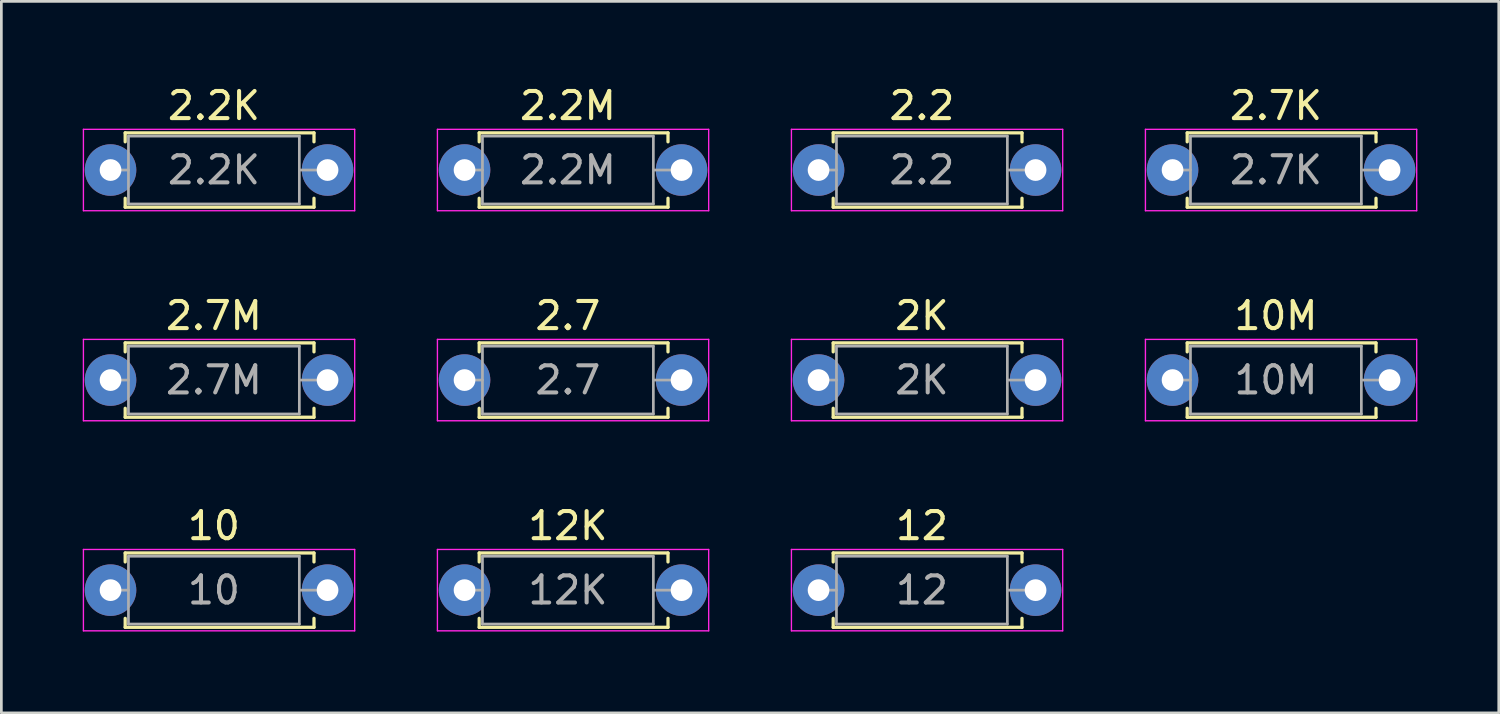
<source format=kicad_pcb>
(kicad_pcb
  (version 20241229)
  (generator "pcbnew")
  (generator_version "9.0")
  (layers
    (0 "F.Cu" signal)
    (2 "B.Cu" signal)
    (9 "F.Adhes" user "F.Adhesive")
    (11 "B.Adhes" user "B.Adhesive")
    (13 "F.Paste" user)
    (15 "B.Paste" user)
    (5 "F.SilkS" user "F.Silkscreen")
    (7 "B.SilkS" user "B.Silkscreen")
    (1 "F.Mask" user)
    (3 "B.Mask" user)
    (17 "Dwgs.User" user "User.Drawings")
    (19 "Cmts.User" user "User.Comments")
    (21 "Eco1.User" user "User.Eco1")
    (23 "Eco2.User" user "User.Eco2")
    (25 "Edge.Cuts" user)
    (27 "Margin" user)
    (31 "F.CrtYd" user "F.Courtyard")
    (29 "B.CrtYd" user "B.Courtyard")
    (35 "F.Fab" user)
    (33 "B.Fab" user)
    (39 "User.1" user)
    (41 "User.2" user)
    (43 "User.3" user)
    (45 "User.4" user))
  (footprint "2.7"
    (layer "F.Cu")
    (at 14.075 10.961)
    (property "Reference" "2.7" (at 3.81 -2.37 0) (layer "F.SilkS") (effects (font (size 1 1) (thickness 0.15))))
    (attr through_hole)
    (fp_line (start 0.54 -1.37) (end 7.5 -1.37) (stroke (width 0.12) (type solid)) (layer "F.SilkS"))
    (fp_line (start 0.54 -1.04) (end 0.54 -1.37) (stroke (width 0.12) (type solid)) (layer "F.SilkS"))
    (fp_line (start 0.54 1.04) (end 0.54 1.37) (stroke (width 0.12) (type solid)) (layer "F.SilkS"))
    (fp_line (start 0.54 1.37) (end 7.5 1.37) (stroke (width 0.12) (type solid)) (layer "F.SilkS"))
    (fp_line (start 7.5 -1.37) (end 7.5 -1.04) (stroke (width 0.12) (type solid)) (layer "F.SilkS"))
    (fp_line (start 7.5 1.37) (end 7.5 1.04) (stroke (width 0.12) (type solid)) (layer "F.SilkS"))
    (fp_line (start -1 -1.5) (end -1 1.5) (stroke (width 0.05) (type solid)) (layer "F.CrtYd"))
    (fp_line (start -1 1.5) (end 9 1.5) (stroke (width 0.05) (type solid)) (layer "F.CrtYd"))
    (fp_line (start 9 -1.5) (end -1 -1.5) (stroke (width 0.05) (type solid)) (layer "F.CrtYd"))
    (fp_line (start 9 1.5) (end 9 -1.5) (stroke (width 0.05) (type solid)) (layer "F.CrtYd"))
    (fp_line (start 0 0) (end 0.66 0) (stroke (width 0.1) (type solid)) (layer "F.Fab"))
    (fp_line (start 0.66 -1.25) (end 0.66 1.25) (stroke (width 0.1) (type solid)) (layer "F.Fab"))
    (fp_line (start 0.66 1.25) (end 6.96 1.25) (stroke (width 0.1) (type solid)) (layer "F.Fab"))
    (fp_line (start 6.96 -1.25) (end 0.66 -1.25) (stroke (width 0.1) (type solid)) (layer "F.Fab"))
    (fp_line (start 6.96 1.25) (end 6.96 -1.25) (stroke (width 0.1) (type solid)) (layer "F.Fab"))
    (fp_line (start 7.62 0) (end 6.96 0) (stroke (width 0.1) (type solid)) (layer "F.Fab"))
    (fp_text user "${REFERENCE}" (at 3.81 0 0) (layer "F.Fab") (effects (font (size 1 1) (thickness 0.15))))
    (pad "1" thru_hole circle (at 0 0) (size 1.9 1.9) (drill 0.8) (layers "*.Cu" "*.Mask"))
    (pad "2" thru_hole oval (at 8 0) (size 1.9 1.9) (drill 0.8) (layers "*.Cu" "*.Mask")))
  (footprint "2.2K"
    (layer "F.Cu")
    (at 1.025 3.218)
    (property "Reference" "2.2K" (at 3.81 -2.37 0) (layer "F.SilkS") (effects (font (size 1 1) (thickness 0.15))))
    (attr through_hole)
    (fp_line (start 0.54 -1.37) (end 7.5 -1.37) (stroke (width 0.12) (type solid)) (layer "F.SilkS"))
    (fp_line (start 0.54 -1.04) (end 0.54 -1.37) (stroke (width 0.12) (type solid)) (layer "F.SilkS"))
    (fp_line (start 0.54 1.04) (end 0.54 1.37) (stroke (width 0.12) (type solid)) (layer "F.SilkS"))
    (fp_line (start 0.54 1.37) (end 7.5 1.37) (stroke (width 0.12) (type solid)) (layer "F.SilkS"))
    (fp_line (start 7.5 -1.37) (end 7.5 -1.04) (stroke (width 0.12) (type solid)) (layer "F.SilkS"))
    (fp_line (start 7.5 1.37) (end 7.5 1.04) (stroke (width 0.12) (type solid)) (layer "F.SilkS"))
    (fp_line (start -1 -1.5) (end -1 1.5) (stroke (width 0.05) (type solid)) (layer "F.CrtYd"))
    (fp_line (start -1 1.5) (end 9 1.5) (stroke (width 0.05) (type solid)) (layer "F.CrtYd"))
    (fp_line (start 9 -1.5) (end -1 -1.5) (stroke (width 0.05) (type solid)) (layer "F.CrtYd"))
    (fp_line (start 9 1.5) (end 9 -1.5) (stroke (width 0.05) (type solid)) (layer "F.CrtYd"))
    (fp_line (start 0 0) (end 0.66 0) (stroke (width 0.1) (type solid)) (layer "F.Fab"))
    (fp_line (start 0.66 -1.25) (end 0.66 1.25) (stroke (width 0.1) (type solid)) (layer "F.Fab"))
    (fp_line (start 0.66 1.25) (end 6.96 1.25) (stroke (width 0.1) (type solid)) (layer "F.Fab"))
    (fp_line (start 6.96 -1.25) (end 0.66 -1.25) (stroke (width 0.1) (type solid)) (layer "F.Fab"))
    (fp_line (start 6.96 1.25) (end 6.96 -1.25) (stroke (width 0.1) (type solid)) (layer "F.Fab"))
    (fp_line (start 7.62 0) (end 6.96 0) (stroke (width 0.1) (type solid)) (layer "F.Fab"))
    (fp_text user "${REFERENCE}" (at 3.81 0 0) (layer "F.Fab") (effects (font (size 1 1) (thickness 0.15))))
    (pad "1" thru_hole circle (at 0 0) (size 1.9 1.9) (drill 0.8) (layers "*.Cu" "*.Mask"))
    (pad "2" thru_hole oval (at 8 0) (size 1.9 1.9) (drill 0.8) (layers "*.Cu" "*.Mask")))
  (footprint "12K"
    (layer "F.Cu")
    (at 14.075 18.705)
    (property "Reference" "12K" (at 3.81 -2.37 0) (layer "F.SilkS") (effects (font (size 1 1) (thickness 0.15))))
    (attr through_hole)
    (fp_line (start 0.54 -1.37) (end 7.5 -1.37) (stroke (width 0.12) (type solid)) (layer "F.SilkS"))
    (fp_line (start 0.54 -1.04) (end 0.54 -1.37) (stroke (width 0.12) (type solid)) (layer "F.SilkS"))
    (fp_line (start 0.54 1.04) (end 0.54 1.37) (stroke (width 0.12) (type solid)) (layer "F.SilkS"))
    (fp_line (start 0.54 1.37) (end 7.5 1.37) (stroke (width 0.12) (type solid)) (layer "F.SilkS"))
    (fp_line (start 7.5 -1.37) (end 7.5 -1.04) (stroke (width 0.12) (type solid)) (layer "F.SilkS"))
    (fp_line (start 7.5 1.37) (end 7.5 1.04) (stroke (width 0.12) (type solid)) (layer "F.SilkS"))
    (fp_line (start -1 -1.5) (end -1 1.5) (stroke (width 0.05) (type solid)) (layer "F.CrtYd"))
    (fp_line (start -1 1.5) (end 9 1.5) (stroke (width 0.05) (type solid)) (layer "F.CrtYd"))
    (fp_line (start 9 -1.5) (end -1 -1.5) (stroke (width 0.05) (type solid)) (layer "F.CrtYd"))
    (fp_line (start 9 1.5) (end 9 -1.5) (stroke (width 0.05) (type solid)) (layer "F.CrtYd"))
    (fp_line (start 0 0) (end 0.66 0) (stroke (width 0.1) (type solid)) (layer "F.Fab"))
    (fp_line (start 0.66 -1.25) (end 0.66 1.25) (stroke (width 0.1) (type solid)) (layer "F.Fab"))
    (fp_line (start 0.66 1.25) (end 6.96 1.25) (stroke (width 0.1) (type solid)) (layer "F.Fab"))
    (fp_line (start 6.96 -1.25) (end 0.66 -1.25) (stroke (width 0.1) (type solid)) (layer "F.Fab"))
    (fp_line (start 6.96 1.25) (end 6.96 -1.25) (stroke (width 0.1) (type solid)) (layer "F.Fab"))
    (fp_line (start 7.62 0) (end 6.96 0) (stroke (width 0.1) (type solid)) (layer "F.Fab"))
    (fp_text user "${REFERENCE}" (at 3.81 0 0) (layer "F.Fab") (effects (font (size 1 1) (thickness 0.15))))
    (pad "1" thru_hole circle (at 0 0) (size 1.9 1.9) (drill 0.8) (layers "*.Cu" "*.Mask"))
    (pad "2" thru_hole oval (at 8 0) (size 1.9 1.9) (drill 0.8) (layers "*.Cu" "*.Mask")))
  (footprint "10"
    (layer "F.Cu")
    (at 1.025 18.705)
    (property "Reference" "10" (at 3.81 -2.37 0) (layer "F.SilkS") (effects (font (size 1 1) (thickness 0.15))))
    (attr through_hole)
    (fp_line (start 0.54 -1.37) (end 7.5 -1.37) (stroke (width 0.12) (type solid)) (layer "F.SilkS"))
    (fp_line (start 0.54 -1.04) (end 0.54 -1.37) (stroke (width 0.12) (type solid)) (layer "F.SilkS"))
    (fp_line (start 0.54 1.04) (end 0.54 1.37) (stroke (width 0.12) (type solid)) (layer "F.SilkS"))
    (fp_line (start 0.54 1.37) (end 7.5 1.37) (stroke (width 0.12) (type solid)) (layer "F.SilkS"))
    (fp_line (start 7.5 -1.37) (end 7.5 -1.04) (stroke (width 0.12) (type solid)) (layer "F.SilkS"))
    (fp_line (start 7.5 1.37) (end 7.5 1.04) (stroke (width 0.12) (type solid)) (layer "F.SilkS"))
    (fp_line (start -1 -1.5) (end -1 1.5) (stroke (width 0.05) (type solid)) (layer "F.CrtYd"))
    (fp_line (start -1 1.5) (end 9 1.5) (stroke (width 0.05) (type solid)) (layer "F.CrtYd"))
    (fp_line (start 9 -1.5) (end -1 -1.5) (stroke (width 0.05) (type solid)) (layer "F.CrtYd"))
    (fp_line (start 9 1.5) (end 9 -1.5) (stroke (width 0.05) (type solid)) (layer "F.CrtYd"))
    (fp_line (start 0 0) (end 0.66 0) (stroke (width 0.1) (type solid)) (layer "F.Fab"))
    (fp_line (start 0.66 -1.25) (end 0.66 1.25) (stroke (width 0.1) (type solid)) (layer "F.Fab"))
    (fp_line (start 0.66 1.25) (end 6.96 1.25) (stroke (width 0.1) (type solid)) (layer "F.Fab"))
    (fp_line (start 6.96 -1.25) (end 0.66 -1.25) (stroke (width 0.1) (type solid)) (layer "F.Fab"))
    (fp_line (start 6.96 1.25) (end 6.96 -1.25) (stroke (width 0.1) (type solid)) (layer "F.Fab"))
    (fp_line (start 7.62 0) (end 6.96 0) (stroke (width 0.1) (type solid)) (layer "F.Fab"))
    (fp_text user "${REFERENCE}" (at 3.81 0 0) (layer "F.Fab") (effects (font (size 1 1) (thickness 0.15))))
    (pad "1" thru_hole circle (at 0 0) (size 1.9 1.9) (drill 0.8) (layers "*.Cu" "*.Mask"))
    (pad "2" thru_hole oval (at 8 0) (size 1.9 1.9) (drill 0.8) (layers "*.Cu" "*.Mask")))
  (footprint "2.7K"
    (layer "F.Cu")
    (at 40.175 3.218)
    (property "Reference" "2.7K" (at 3.81 -2.37 0) (layer "F.SilkS") (effects (font (size 1 1) (thickness 0.15))))
    (attr through_hole)
    (fp_line (start 0.54 -1.37) (end 7.5 -1.37) (stroke (width 0.12) (type solid)) (layer "F.SilkS"))
    (fp_line (start 0.54 -1.04) (end 0.54 -1.37) (stroke (width 0.12) (type solid)) (layer "F.SilkS"))
    (fp_line (start 0.54 1.04) (end 0.54 1.37) (stroke (width 0.12) (type solid)) (layer "F.SilkS"))
    (fp_line (start 0.54 1.37) (end 7.5 1.37) (stroke (width 0.12) (type solid)) (layer "F.SilkS"))
    (fp_line (start 7.5 -1.37) (end 7.5 -1.04) (stroke (width 0.12) (type solid)) (layer "F.SilkS"))
    (fp_line (start 7.5 1.37) (end 7.5 1.04) (stroke (width 0.12) (type solid)) (layer "F.SilkS"))
    (fp_line (start -1 -1.5) (end -1 1.5) (stroke (width 0.05) (type solid)) (layer "F.CrtYd"))
    (fp_line (start -1 1.5) (end 9 1.5) (stroke (width 0.05) (type solid)) (layer "F.CrtYd"))
    (fp_line (start 9 -1.5) (end -1 -1.5) (stroke (width 0.05) (type solid)) (layer "F.CrtYd"))
    (fp_line (start 9 1.5) (end 9 -1.5) (stroke (width 0.05) (type solid)) (layer "F.CrtYd"))
    (fp_line (start 0 0) (end 0.66 0) (stroke (width 0.1) (type solid)) (layer "F.Fab"))
    (fp_line (start 0.66 -1.25) (end 0.66 1.25) (stroke (width 0.1) (type solid)) (layer "F.Fab"))
    (fp_line (start 0.66 1.25) (end 6.96 1.25) (stroke (width 0.1) (type solid)) (layer "F.Fab"))
    (fp_line (start 6.96 -1.25) (end 0.66 -1.25) (stroke (width 0.1) (type solid)) (layer "F.Fab"))
    (fp_line (start 6.96 1.25) (end 6.96 -1.25) (stroke (width 0.1) (type solid)) (layer "F.Fab"))
    (fp_line (start 7.62 0) (end 6.96 0) (stroke (width 0.1) (type solid)) (layer "F.Fab"))
    (fp_text user "${REFERENCE}" (at 3.81 0 0) (layer "F.Fab") (effects (font (size 1 1) (thickness 0.15))))
    (pad "1" thru_hole circle (at 0 0) (size 1.9 1.9) (drill 0.8) (layers "*.Cu" "*.Mask"))
    (pad "2" thru_hole oval (at 8 0) (size 1.9 1.9) (drill 0.8) (layers "*.Cu" "*.Mask")))
  (footprint "2.2M"
    (layer "F.Cu")
    (at 14.075 3.218)
    (property "Reference" "2.2M" (at 3.81 -2.37 0) (layer "F.SilkS") (effects (font (size 1 1) (thickness 0.15))))
    (attr through_hole)
    (fp_line (start 0.54 -1.37) (end 7.5 -1.37) (stroke (width 0.12) (type solid)) (layer "F.SilkS"))
    (fp_line (start 0.54 -1.04) (end 0.54 -1.37) (stroke (width 0.12) (type solid)) (layer "F.SilkS"))
    (fp_line (start 0.54 1.04) (end 0.54 1.37) (stroke (width 0.12) (type solid)) (layer "F.SilkS"))
    (fp_line (start 0.54 1.37) (end 7.5 1.37) (stroke (width 0.12) (type solid)) (layer "F.SilkS"))
    (fp_line (start 7.5 -1.37) (end 7.5 -1.04) (stroke (width 0.12) (type solid)) (layer "F.SilkS"))
    (fp_line (start 7.5 1.37) (end 7.5 1.04) (stroke (width 0.12) (type solid)) (layer "F.SilkS"))
    (fp_line (start -1 -1.5) (end -1 1.5) (stroke (width 0.05) (type solid)) (layer "F.CrtYd"))
    (fp_line (start -1 1.5) (end 9 1.5) (stroke (width 0.05) (type solid)) (layer "F.CrtYd"))
    (fp_line (start 9 -1.5) (end -1 -1.5) (stroke (width 0.05) (type solid)) (layer "F.CrtYd"))
    (fp_line (start 9 1.5) (end 9 -1.5) (stroke (width 0.05) (type solid)) (layer "F.CrtYd"))
    (fp_line (start 0 0) (end 0.66 0) (stroke (width 0.1) (type solid)) (layer "F.Fab"))
    (fp_line (start 0.66 -1.25) (end 0.66 1.25) (stroke (width 0.1) (type solid)) (layer "F.Fab"))
    (fp_line (start 0.66 1.25) (end 6.96 1.25) (stroke (width 0.1) (type solid)) (layer "F.Fab"))
    (fp_line (start 6.96 -1.25) (end 0.66 -1.25) (stroke (width 0.1) (type solid)) (layer "F.Fab"))
    (fp_line (start 6.96 1.25) (end 6.96 -1.25) (stroke (width 0.1) (type solid)) (layer "F.Fab"))
    (fp_line (start 7.62 0) (end 6.96 0) (stroke (width 0.1) (type solid)) (layer "F.Fab"))
    (fp_text user "${REFERENCE}" (at 3.81 0 0) (layer "F.Fab") (effects (font (size 1 1) (thickness 0.15))))
    (pad "1" thru_hole circle (at 0 0) (size 1.9 1.9) (drill 0.8) (layers "*.Cu" "*.Mask"))
    (pad "2" thru_hole oval (at 8 0) (size 1.9 1.9) (drill 0.8) (layers "*.Cu" "*.Mask")))
  (footprint "2K"
    (layer "F.Cu")
    (at 27.125 10.961)
    (property "Reference" "2K" (at 3.81 -2.37 0) (layer "F.SilkS") (effects (font (size 1 1) (thickness 0.15))))
    (attr through_hole)
    (fp_line (start 0.54 -1.37) (end 7.5 -1.37) (stroke (width 0.12) (type solid)) (layer "F.SilkS"))
    (fp_line (start 0.54 -1.04) (end 0.54 -1.37) (stroke (width 0.12) (type solid)) (layer "F.SilkS"))
    (fp_line (start 0.54 1.04) (end 0.54 1.37) (stroke (width 0.12) (type solid)) (layer "F.SilkS"))
    (fp_line (start 0.54 1.37) (end 7.5 1.37) (stroke (width 0.12) (type solid)) (layer "F.SilkS"))
    (fp_line (start 7.5 -1.37) (end 7.5 -1.04) (stroke (width 0.12) (type solid)) (layer "F.SilkS"))
    (fp_line (start 7.5 1.37) (end 7.5 1.04) (stroke (width 0.12) (type solid)) (layer "F.SilkS"))
    (fp_line (start -1 -1.5) (end -1 1.5) (stroke (width 0.05) (type solid)) (layer "F.CrtYd"))
    (fp_line (start -1 1.5) (end 9 1.5) (stroke (width 0.05) (type solid)) (layer "F.CrtYd"))
    (fp_line (start 9 -1.5) (end -1 -1.5) (stroke (width 0.05) (type solid)) (layer "F.CrtYd"))
    (fp_line (start 9 1.5) (end 9 -1.5) (stroke (width 0.05) (type solid)) (layer "F.CrtYd"))
    (fp_line (start 0 0) (end 0.66 0) (stroke (width 0.1) (type solid)) (layer "F.Fab"))
    (fp_line (start 0.66 -1.25) (end 0.66 1.25) (stroke (width 0.1) (type solid)) (layer "F.Fab"))
    (fp_line (start 0.66 1.25) (end 6.96 1.25) (stroke (width 0.1) (type solid)) (layer "F.Fab"))
    (fp_line (start 6.96 -1.25) (end 0.66 -1.25) (stroke (width 0.1) (type solid)) (layer "F.Fab"))
    (fp_line (start 6.96 1.25) (end 6.96 -1.25) (stroke (width 0.1) (type solid)) (layer "F.Fab"))
    (fp_line (start 7.62 0) (end 6.96 0) (stroke (width 0.1) (type solid)) (layer "F.Fab"))
    (fp_text user "${REFERENCE}" (at 3.81 0 0) (layer "F.Fab") (effects (font (size 1 1) (thickness 0.15))))
    (pad "1" thru_hole circle (at 0 0) (size 1.9 1.9) (drill 0.8) (layers "*.Cu" "*.Mask"))
    (pad "2" thru_hole oval (at 8 0) (size 1.9 1.9) (drill 0.8) (layers "*.Cu" "*.Mask")))
  (footprint "12"
    (layer "F.Cu")
    (at 27.125 18.705)
    (property "Reference" "12" (at 3.81 -2.37 0) (layer "F.SilkS") (effects (font (size 1 1) (thickness 0.15))))
    (attr through_hole)
    (fp_line (start 0.54 -1.37) (end 7.5 -1.37) (stroke (width 0.12) (type solid)) (layer "F.SilkS"))
    (fp_line (start 0.54 -1.04) (end 0.54 -1.37) (stroke (width 0.12) (type solid)) (layer "F.SilkS"))
    (fp_line (start 0.54 1.04) (end 0.54 1.37) (stroke (width 0.12) (type solid)) (layer "F.SilkS"))
    (fp_line (start 0.54 1.37) (end 7.5 1.37) (stroke (width 0.12) (type solid)) (layer "F.SilkS"))
    (fp_line (start 7.5 -1.37) (end 7.5 -1.04) (stroke (width 0.12) (type solid)) (layer "F.SilkS"))
    (fp_line (start 7.5 1.37) (end 7.5 1.04) (stroke (width 0.12) (type solid)) (layer "F.SilkS"))
    (fp_line (start -1 -1.5) (end -1 1.5) (stroke (width 0.05) (type solid)) (layer "F.CrtYd"))
    (fp_line (start -1 1.5) (end 9 1.5) (stroke (width 0.05) (type solid)) (layer "F.CrtYd"))
    (fp_line (start 9 -1.5) (end -1 -1.5) (stroke (width 0.05) (type solid)) (layer "F.CrtYd"))
    (fp_line (start 9 1.5) (end 9 -1.5) (stroke (width 0.05) (type solid)) (layer "F.CrtYd"))
    (fp_line (start 0 0) (end 0.66 0) (stroke (width 0.1) (type solid)) (layer "F.Fab"))
    (fp_line (start 0.66 -1.25) (end 0.66 1.25) (stroke (width 0.1) (type solid)) (layer "F.Fab"))
    (fp_line (start 0.66 1.25) (end 6.96 1.25) (stroke (width 0.1) (type solid)) (layer "F.Fab"))
    (fp_line (start 6.96 -1.25) (end 0.66 -1.25) (stroke (width 0.1) (type solid)) (layer "F.Fab"))
    (fp_line (start 6.96 1.25) (end 6.96 -1.25) (stroke (width 0.1) (type solid)) (layer "F.Fab"))
    (fp_line (start 7.62 0) (end 6.96 0) (stroke (width 0.1) (type solid)) (layer "F.Fab"))
    (fp_text user "${REFERENCE}" (at 3.81 0 0) (layer "F.Fab") (effects (font (size 1 1) (thickness 0.15))))
    (pad "1" thru_hole circle (at 0 0) (size 1.9 1.9) (drill 0.8) (layers "*.Cu" "*.Mask"))
    (pad "2" thru_hole oval (at 8 0) (size 1.9 1.9) (drill 0.8) (layers "*.Cu" "*.Mask")))
  (footprint "10M"
    (layer "F.Cu")
    (at 40.175 10.961)
    (property "Reference" "10M" (at 3.81 -2.37 0) (layer "F.SilkS") (effects (font (size 1 1) (thickness 0.15))))
    (attr through_hole)
    (fp_line (start 0.54 -1.37) (end 7.5 -1.37) (stroke (width 0.12) (type solid)) (layer "F.SilkS"))
    (fp_line (start 0.54 -1.04) (end 0.54 -1.37) (stroke (width 0.12) (type solid)) (layer "F.SilkS"))
    (fp_line (start 0.54 1.04) (end 0.54 1.37) (stroke (width 0.12) (type solid)) (layer "F.SilkS"))
    (fp_line (start 0.54 1.37) (end 7.5 1.37) (stroke (width 0.12) (type solid)) (layer "F.SilkS"))
    (fp_line (start 7.5 -1.37) (end 7.5 -1.04) (stroke (width 0.12) (type solid)) (layer "F.SilkS"))
    (fp_line (start 7.5 1.37) (end 7.5 1.04) (stroke (width 0.12) (type solid)) (layer "F.SilkS"))
    (fp_line (start -1 -1.5) (end -1 1.5) (stroke (width 0.05) (type solid)) (layer "F.CrtYd"))
    (fp_line (start -1 1.5) (end 9 1.5) (stroke (width 0.05) (type solid)) (layer "F.CrtYd"))
    (fp_line (start 9 -1.5) (end -1 -1.5) (stroke (width 0.05) (type solid)) (layer "F.CrtYd"))
    (fp_line (start 9 1.5) (end 9 -1.5) (stroke (width 0.05) (type solid)) (layer "F.CrtYd"))
    (fp_line (start 0 0) (end 0.66 0) (stroke (width 0.1) (type solid)) (layer "F.Fab"))
    (fp_line (start 0.66 -1.25) (end 0.66 1.25) (stroke (width 0.1) (type solid)) (layer "F.Fab"))
    (fp_line (start 0.66 1.25) (end 6.96 1.25) (stroke (width 0.1) (type solid)) (layer "F.Fab"))
    (fp_line (start 6.96 -1.25) (end 0.66 -1.25) (stroke (width 0.1) (type solid)) (layer "F.Fab"))
    (fp_line (start 6.96 1.25) (end 6.96 -1.25) (stroke (width 0.1) (type solid)) (layer "F.Fab"))
    (fp_line (start 7.62 0) (end 6.96 0) (stroke (width 0.1) (type solid)) (layer "F.Fab"))
    (fp_text user "${REFERENCE}" (at 3.81 0 0) (layer "F.Fab") (effects (font (size 1 1) (thickness 0.15))))
    (pad "1" thru_hole circle (at 0 0) (size 1.9 1.9) (drill 0.8) (layers "*.Cu" "*.Mask"))
    (pad "2" thru_hole oval (at 8 0) (size 1.9 1.9) (drill 0.8) (layers "*.Cu" "*.Mask")))
  (footprint "2.2"
    (layer "F.Cu")
    (at 27.125 3.218)
    (property "Reference" "2.2" (at 3.81 -2.37 0) (layer "F.SilkS") (effects (font (size 1 1) (thickness 0.15))))
    (attr through_hole)
    (fp_line (start 0.54 -1.37) (end 7.5 -1.37) (stroke (width 0.12) (type solid)) (layer "F.SilkS"))
    (fp_line (start 0.54 -1.04) (end 0.54 -1.37) (stroke (width 0.12) (type solid)) (layer "F.SilkS"))
    (fp_line (start 0.54 1.04) (end 0.54 1.37) (stroke (width 0.12) (type solid)) (layer "F.SilkS"))
    (fp_line (start 0.54 1.37) (end 7.5 1.37) (stroke (width 0.12) (type solid)) (layer "F.SilkS"))
    (fp_line (start 7.5 -1.37) (end 7.5 -1.04) (stroke (width 0.12) (type solid)) (layer "F.SilkS"))
    (fp_line (start 7.5 1.37) (end 7.5 1.04) (stroke (width 0.12) (type solid)) (layer "F.SilkS"))
    (fp_line (start -1 -1.5) (end -1 1.5) (stroke (width 0.05) (type solid)) (layer "F.CrtYd"))
    (fp_line (start -1 1.5) (end 9 1.5) (stroke (width 0.05) (type solid)) (layer "F.CrtYd"))
    (fp_line (start 9 -1.5) (end -1 -1.5) (stroke (width 0.05) (type solid)) (layer "F.CrtYd"))
    (fp_line (start 9 1.5) (end 9 -1.5) (stroke (width 0.05) (type solid)) (layer "F.CrtYd"))
    (fp_line (start 0 0) (end 0.66 0) (stroke (width 0.1) (type solid)) (layer "F.Fab"))
    (fp_line (start 0.66 -1.25) (end 0.66 1.25) (stroke (width 0.1) (type solid)) (layer "F.Fab"))
    (fp_line (start 0.66 1.25) (end 6.96 1.25) (stroke (width 0.1) (type solid)) (layer "F.Fab"))
    (fp_line (start 6.96 -1.25) (end 0.66 -1.25) (stroke (width 0.1) (type solid)) (layer "F.Fab"))
    (fp_line (start 6.96 1.25) (end 6.96 -1.25) (stroke (width 0.1) (type solid)) (layer "F.Fab"))
    (fp_line (start 7.62 0) (end 6.96 0) (stroke (width 0.1) (type solid)) (layer "F.Fab"))
    (fp_text user "${REFERENCE}" (at 3.81 0 0) (layer "F.Fab") (effects (font (size 1 1) (thickness 0.15))))
    (pad "1" thru_hole circle (at 0 0) (size 1.9 1.9) (drill 0.8) (layers "*.Cu" "*.Mask"))
    (pad "2" thru_hole oval (at 8 0) (size 1.9 1.9) (drill 0.8) (layers "*.Cu" "*.Mask")))
  (footprint "2.7M"
    (layer "F.Cu")
    (at 1.025 10.961)
    (property "Reference" "2.7M" (at 3.81 -2.37 0) (layer "F.SilkS") (effects (font (size 1 1) (thickness 0.15))))
    (attr through_hole)
    (fp_line (start 0.54 -1.37) (end 7.5 -1.37) (stroke (width 0.12) (type solid)) (layer "F.SilkS"))
    (fp_line (start 0.54 -1.04) (end 0.54 -1.37) (stroke (width 0.12) (type solid)) (layer "F.SilkS"))
    (fp_line (start 0.54 1.04) (end 0.54 1.37) (stroke (width 0.12) (type solid)) (layer "F.SilkS"))
    (fp_line (start 0.54 1.37) (end 7.5 1.37) (stroke (width 0.12) (type solid)) (layer "F.SilkS"))
    (fp_line (start 7.5 -1.37) (end 7.5 -1.04) (stroke (width 0.12) (type solid)) (layer "F.SilkS"))
    (fp_line (start 7.5 1.37) (end 7.5 1.04) (stroke (width 0.12) (type solid)) (layer "F.SilkS"))
    (fp_line (start -1 -1.5) (end -1 1.5) (stroke (width 0.05) (type solid)) (layer "F.CrtYd"))
    (fp_line (start -1 1.5) (end 9 1.5) (stroke (width 0.05) (type solid)) (layer "F.CrtYd"))
    (fp_line (start 9 -1.5) (end -1 -1.5) (stroke (width 0.05) (type solid)) (layer "F.CrtYd"))
    (fp_line (start 9 1.5) (end 9 -1.5) (stroke (width 0.05) (type solid)) (layer "F.CrtYd"))
    (fp_line (start 0 0) (end 0.66 0) (stroke (width 0.1) (type solid)) (layer "F.Fab"))
    (fp_line (start 0.66 -1.25) (end 0.66 1.25) (stroke (width 0.1) (type solid)) (layer "F.Fab"))
    (fp_line (start 0.66 1.25) (end 6.96 1.25) (stroke (width 0.1) (type solid)) (layer "F.Fab"))
    (fp_line (start 6.96 -1.25) (end 0.66 -1.25) (stroke (width 0.1) (type solid)) (layer "F.Fab"))
    (fp_line (start 6.96 1.25) (end 6.96 -1.25) (stroke (width 0.1) (type solid)) (layer "F.Fab"))
    (fp_line (start 7.62 0) (end 6.96 0) (stroke (width 0.1) (type solid)) (layer "F.Fab"))
    (fp_text user "${REFERENCE}" (at 3.81 0 0) (layer "F.Fab") (effects (font (size 1 1) (thickness 0.15))))
    (pad "1" thru_hole circle (at 0 0) (size 1.9 1.9) (drill 0.8) (layers "*.Cu" "*.Mask"))
    (pad "2" thru_hole oval (at 8 0) (size 1.9 1.9) (drill 0.8) (layers "*.Cu" "*.Mask")))
  (gr_rect
    (start -3 -3)
    (end 52.2 23.23)
    (stroke (width 0.1) (type default))
    (fill no)
    (layer "Edge.Cuts")))
</source>
